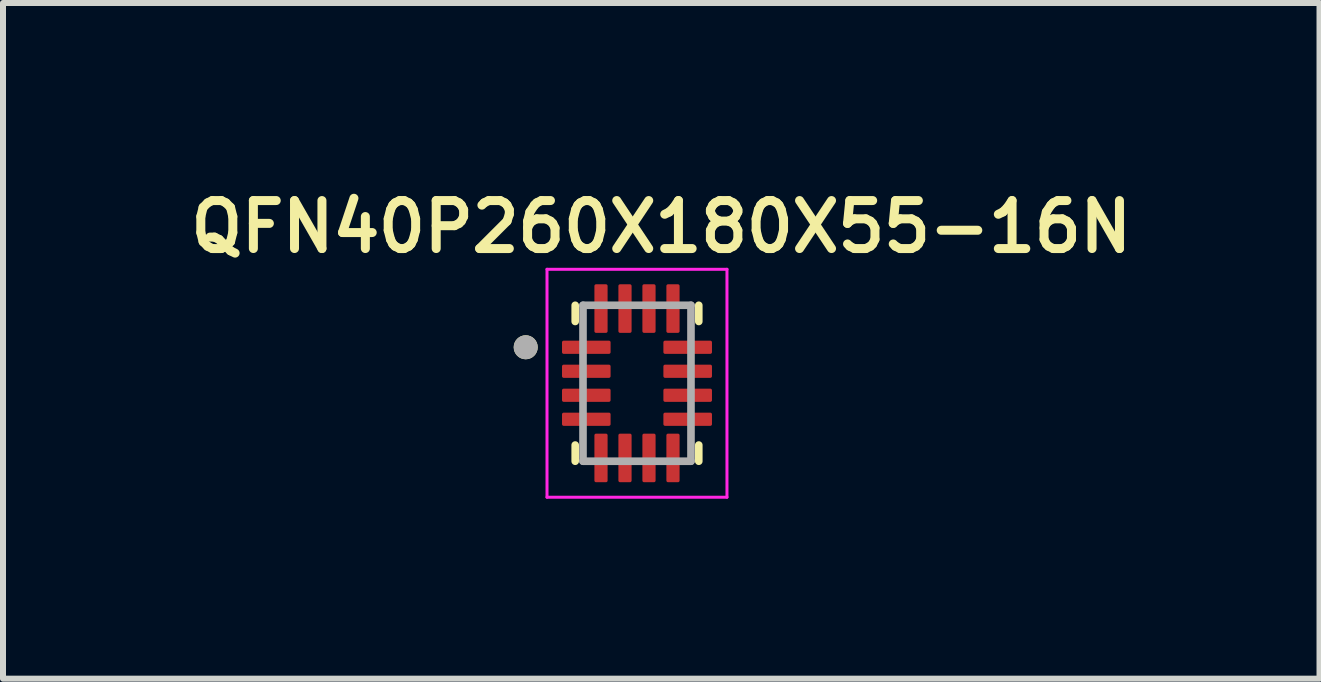
<source format=kicad_pcb>
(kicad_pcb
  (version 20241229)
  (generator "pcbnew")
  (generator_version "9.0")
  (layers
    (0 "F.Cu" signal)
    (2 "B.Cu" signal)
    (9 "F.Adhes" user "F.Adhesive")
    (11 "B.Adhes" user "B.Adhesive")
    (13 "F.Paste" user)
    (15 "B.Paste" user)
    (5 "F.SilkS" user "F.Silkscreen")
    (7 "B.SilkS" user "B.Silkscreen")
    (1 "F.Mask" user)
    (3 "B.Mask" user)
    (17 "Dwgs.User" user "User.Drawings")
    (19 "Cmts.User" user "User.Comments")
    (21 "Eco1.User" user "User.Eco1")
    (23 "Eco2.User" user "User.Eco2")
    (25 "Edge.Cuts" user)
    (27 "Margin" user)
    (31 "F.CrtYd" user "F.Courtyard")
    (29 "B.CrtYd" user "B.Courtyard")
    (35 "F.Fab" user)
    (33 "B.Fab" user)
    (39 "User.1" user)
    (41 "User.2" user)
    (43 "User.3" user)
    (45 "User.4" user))
  (footprint "QFN40P260X180X55-16N"
    (layer "F.Cu")
    (at 7.569 3.339)
    (property "Reference" "QFN40P260X180X55-16N" (at 0.405 -2.608 0) (layer "F.SilkS") (effects (font (size 0.8 0.8) (thickness 0.15))))
    (attr smd)
    (fp_line (start -1.03 -1.3) (end -1.03 -1.03) (stroke (width 0.127) (type solid)) (layer "F.SilkS"))
    (fp_line (start -1.03 1.3) (end -1.03 1.03) (stroke (width 0.127) (type solid)) (layer "F.SilkS"))
    (fp_line (start 1.03 -1.3) (end 1.03 -1.03) (stroke (width 0.127) (type solid)) (layer "F.SilkS"))
    (fp_line (start 1.03 1.3) (end 1.03 1.03) (stroke (width 0.127) (type solid)) (layer "F.SilkS"))
    (fp_circle (center -1.855 -0.6) (end -1.755 -0.6) (stroke (width 0.2) (type solid)) (fill no) (layer "F.SilkS"))
    (fp_line (start -1.5 -1.9) (end 1.5 -1.9) (stroke (width 0.05) (type solid)) (layer "F.CrtYd"))
    (fp_line (start -1.5 1.9) (end -1.5 -1.9) (stroke (width 0.05) (type solid)) (layer "F.CrtYd"))
    (fp_line (start -1.5 1.9) (end 1.5 1.9) (stroke (width 0.05) (type solid)) (layer "F.CrtYd"))
    (fp_line (start 1.5 1.9) (end 1.5 -1.9) (stroke (width 0.05) (type solid)) (layer "F.CrtYd"))
    (fp_line (start -0.9 1.3) (end -0.9 -1.3) (stroke (width 0.127) (type solid)) (layer "F.Fab"))
    (fp_line (start 0.9 -1.3) (end -0.9 -1.3) (stroke (width 0.127) (type solid)) (layer "F.Fab"))
    (fp_line (start 0.9 1.3) (end -0.9 1.3) (stroke (width 0.127) (type solid)) (layer "F.Fab"))
    (fp_line (start 0.9 1.3) (end 0.9 -1.3) (stroke (width 0.127) (type solid)) (layer "F.Fab"))
    (fp_circle (center -1.855 -0.6) (end -1.755 -0.6) (stroke (width 0.2) (type solid)) (fill no) (layer "F.Fab"))
    (pad "1" smd roundrect (at -0.845 -0.6) (size 0.81 0.22) (layers "F.Cu" "F.Mask" "F.Paste") (roundrect_rratio 0.125))
    (pad "2" smd roundrect (at -0.845 -0.2) (size 0.81 0.22) (layers "F.Cu" "F.Mask" "F.Paste") (roundrect_rratio 0.125))
    (pad "3" smd roundrect (at -0.845 0.2) (size 0.81 0.22) (layers "F.Cu" "F.Mask" "F.Paste") (roundrect_rratio 0.125))
    (pad "4" smd roundrect (at -0.845 0.6) (size 0.81 0.22) (layers "F.Cu" "F.Mask" "F.Paste") (roundrect_rratio 0.125))
    (pad "5" smd roundrect (at -0.6 1.245) (size 0.22 0.81) (layers "F.Cu" "F.Mask" "F.Paste") (roundrect_rratio 0.125))
    (pad "6" smd roundrect (at -0.2 1.245) (size 0.22 0.81) (layers "F.Cu" "F.Mask" "F.Paste") (roundrect_rratio 0.125))
    (pad "7" smd roundrect (at 0.2 1.245) (size 0.22 0.81) (layers "F.Cu" "F.Mask" "F.Paste") (roundrect_rratio 0.125))
    (pad "8" smd roundrect (at 0.6 1.245) (size 0.22 0.81) (layers "F.Cu" "F.Mask" "F.Paste") (roundrect_rratio 0.125))
    (pad "9" smd roundrect (at 0.845 0.6) (size 0.81 0.22) (layers "F.Cu" "F.Mask" "F.Paste") (roundrect_rratio 0.125))
    (pad "10" smd roundrect (at 0.845 0.2) (size 0.81 0.22) (layers "F.Cu" "F.Mask" "F.Paste") (roundrect_rratio 0.125))
    (pad "11" smd roundrect (at 0.845 -0.2) (size 0.81 0.22) (layers "F.Cu" "F.Mask" "F.Paste") (roundrect_rratio 0.125))
    (pad "12" smd roundrect (at 0.845 -0.6) (size 0.81 0.22) (layers "F.Cu" "F.Mask" "F.Paste") (roundrect_rratio 0.125))
    (pad "13" smd roundrect (at 0.6 -1.245) (size 0.22 0.81) (layers "F.Cu" "F.Mask" "F.Paste") (roundrect_rratio 0.125))
    (pad "14" smd roundrect (at 0.2 -1.245) (size 0.22 0.81) (layers "F.Cu" "F.Mask" "F.Paste") (roundrect_rratio 0.125))
    (pad "15" smd roundrect (at -0.2 -1.245) (size 0.22 0.81) (layers "F.Cu" "F.Mask" "F.Paste") (roundrect_rratio 0.125))
    (pad "16" smd roundrect (at -0.6 -1.245) (size 0.22 0.81) (layers "F.Cu" "F.Mask" "F.Paste") (roundrect_rratio 0.125)))
  (gr_rect
    (start -3 -3)
    (end 18.947 8.264)
    (stroke (width 0.1) (type default))
    (fill no)
    (layer "Edge.Cuts")))
</source>
